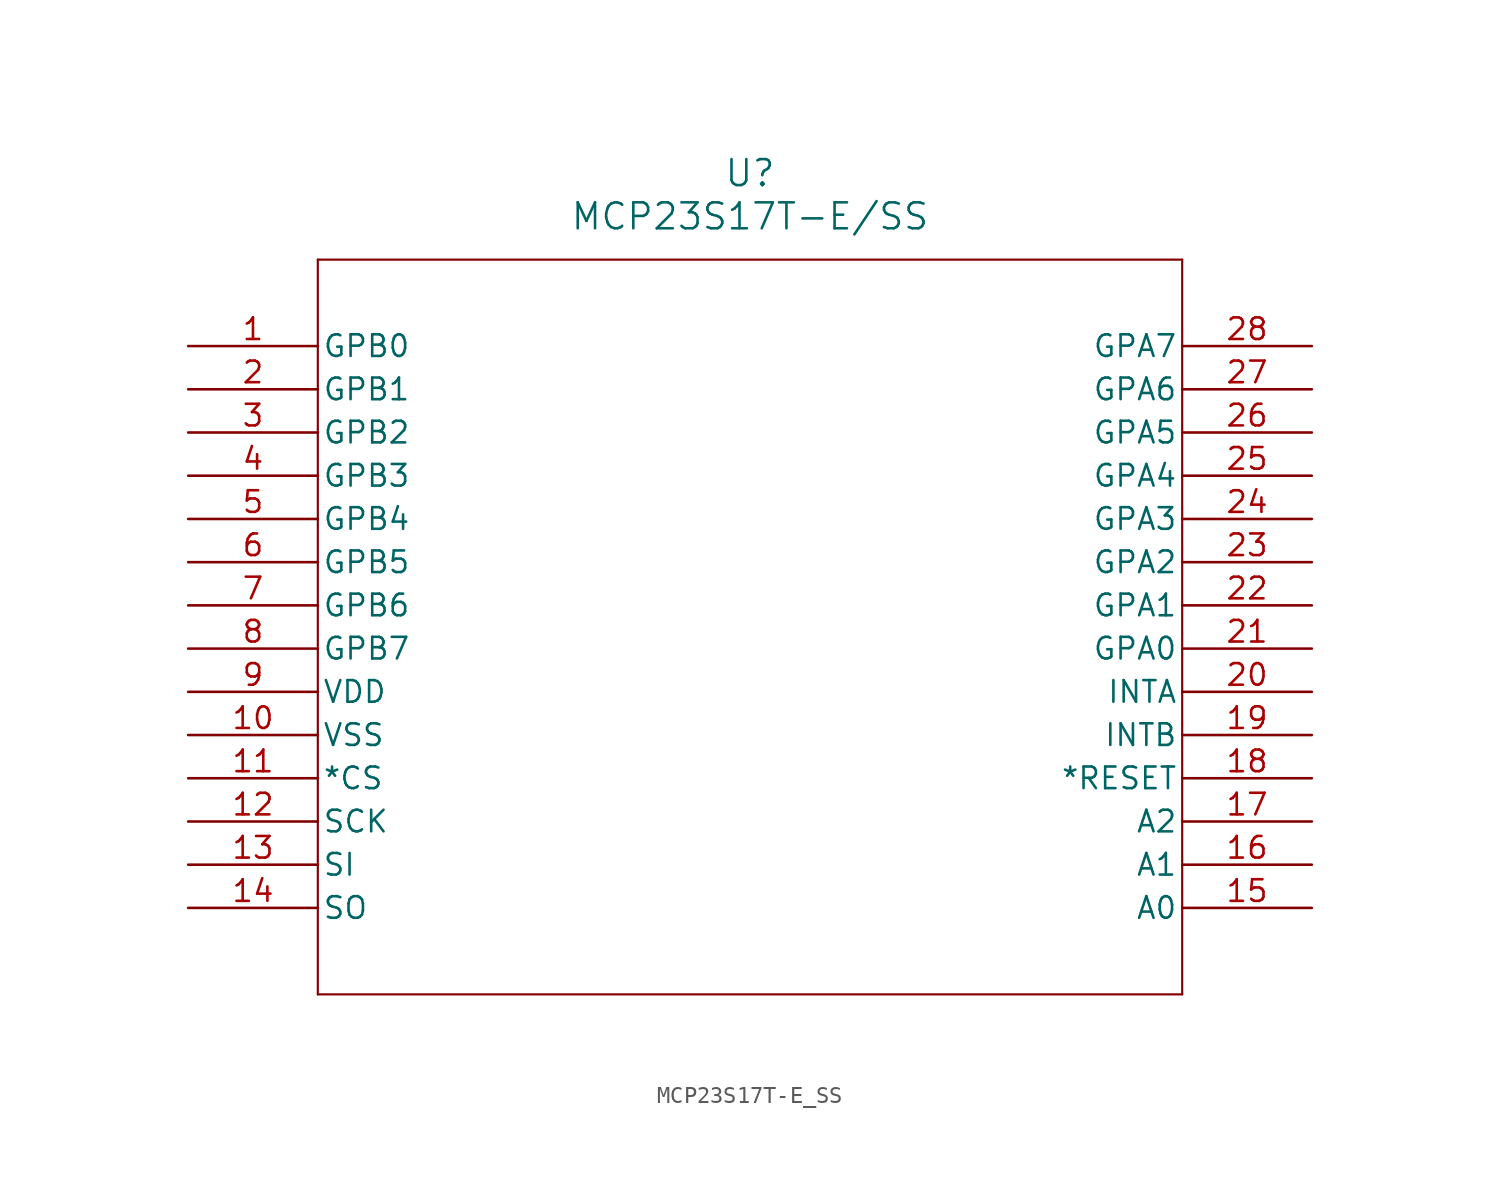
<source format=kicad_sym>
(kicad_symbol_lib
  (version 20211014)
  (generator kicad_symbol_editor)
  (symbol "MCP23S17T-E_SS"
    (pin_names
      (offset 0.254))
    (property "Reference" "U"
      (at 33.02 10.16 0)
      (effects (font (size 1.524 1.524))))
    (property "Value" "MCP23S17T-E/SS"
      (at 33.02 7.62 0)
      (effects (font (size 1.524 1.524))))
    (symbol "MCP23S17T-E_SS_0_1"
      (polyline (pts (xy 7.62 5.08) (xy 7.62 -38.1)) (stroke (width 0.127) (type default) (color 0 0 0 0)) (fill (type none)))
      (polyline (pts (xy 7.62 -38.1) (xy 58.42 -38.1)) (stroke (width 0.127) (type default) (color 0 0 0 0)) (fill (type none)))
      (polyline (pts (xy 58.42 -38.1) (xy 58.42 5.08)) (stroke (width 0.127) (type default) (color 0 0 0 0)) (fill (type none)))
      (polyline (pts (xy 58.42 5.08) (xy 7.62 5.08)) (stroke (width 0.127) (type default) (color 0 0 0 0)) (fill (type none)))
      (pin unspecified line (at 0 0 0) (length 7.62) (name "GPB0" (effects (font (size 1.27 1.27)))) (number "1" (effects (font (size 1.27 1.27)))))
      (pin unspecified line (at 0 -2.54 0) (length 7.62) (name "GPB1" (effects (font (size 1.27 1.27)))) (number "2" (effects (font (size 1.27 1.27)))))
      (pin unspecified line (at 0 -5.08 0) (length 7.62) (name "GPB2" (effects (font (size 1.27 1.27)))) (number "3" (effects (font (size 1.27 1.27)))))
      (pin unspecified line (at 0 -7.62 0) (length 7.62) (name "GPB3" (effects (font (size 1.27 1.27)))) (number "4" (effects (font (size 1.27 1.27)))))
      (pin unspecified line (at 0 -10.16 0) (length 7.62) (name "GPB4" (effects (font (size 1.27 1.27)))) (number "5" (effects (font (size 1.27 1.27)))))
      (pin unspecified line (at 0 -12.7 0) (length 7.62) (name "GPB5" (effects (font (size 1.27 1.27)))) (number "6" (effects (font (size 1.27 1.27)))))
      (pin unspecified line (at 0 -15.24 0) (length 7.62) (name "GPB6" (effects (font (size 1.27 1.27)))) (number "7" (effects (font (size 1.27 1.27)))))
      (pin unspecified line (at 0 -17.78 0) (length 7.62) (name "GPB7" (effects (font (size 1.27 1.27)))) (number "8" (effects (font (size 1.27 1.27)))))
      (pin unspecified line (at 0 -20.32 0) (length 7.62) (name "VDD" (effects (font (size 1.27 1.27)))) (number "9" (effects (font (size 1.27 1.27)))))
      (pin unspecified line (at 0 -22.86 0) (length 7.62) (name "VSS" (effects (font (size 1.27 1.27)))) (number "10" (effects (font (size 1.27 1.27)))))
      (pin unspecified line (at 0 -25.4 0) (length 7.62) (name "*CS" (effects (font (size 1.27 1.27)))) (number "11" (effects (font (size 1.27 1.27)))))
      (pin unspecified line (at 0 -27.94 0) (length 7.62) (name "SCK" (effects (font (size 1.27 1.27)))) (number "12" (effects (font (size 1.27 1.27)))))
      (pin unspecified line (at 0 -30.48 0) (length 7.62) (name "SI" (effects (font (size 1.27 1.27)))) (number "13" (effects (font (size 1.27 1.27)))))
      (pin unspecified line (at 0 -33.02 0) (length 7.62) (name "SO" (effects (font (size 1.27 1.27)))) (number "14" (effects (font (size 1.27 1.27)))))
      (pin unspecified line (at 66.04 -33.02 180) (length 7.62) (name "A0" (effects (font (size 1.27 1.27)))) (number "15" (effects (font (size 1.27 1.27)))))
      (pin unspecified line (at 66.04 -30.48 180) (length 7.62) (name "A1" (effects (font (size 1.27 1.27)))) (number "16" (effects (font (size 1.27 1.27)))))
      (pin unspecified line (at 66.04 -27.94 180) (length 7.62) (name "A2" (effects (font (size 1.27 1.27)))) (number "17" (effects (font (size 1.27 1.27)))))
      (pin unspecified line (at 66.04 -25.4 180) (length 7.62) (name "*RESET" (effects (font (size 1.27 1.27)))) (number "18" (effects (font (size 1.27 1.27)))))
      (pin unspecified line (at 66.04 -22.86 180) (length 7.62) (name "INTB" (effects (font (size 1.27 1.27)))) (number "19" (effects (font (size 1.27 1.27)))))
      (pin unspecified line (at 66.04 -20.32 180) (length 7.62) (name "INTA" (effects (font (size 1.27 1.27)))) (number "20" (effects (font (size 1.27 1.27)))))
      (pin unspecified line (at 66.04 -17.78 180) (length 7.62) (name "GPA0" (effects (font (size 1.27 1.27)))) (number "21" (effects (font (size 1.27 1.27)))))
      (pin unspecified line (at 66.04 -15.24 180) (length 7.62) (name "GPA1" (effects (font (size 1.27 1.27)))) (number "22" (effects (font (size 1.27 1.27)))))
      (pin unspecified line (at 66.04 -12.7 180) (length 7.62) (name "GPA2" (effects (font (size 1.27 1.27)))) (number "23" (effects (font (size 1.27 1.27)))))
      (pin unspecified line (at 66.04 -10.16 180) (length 7.62) (name "GPA3" (effects (font (size 1.27 1.27)))) (number "24" (effects (font (size 1.27 1.27)))))
      (pin unspecified line (at 66.04 -7.62 180) (length 7.62) (name "GPA4" (effects (font (size 1.27 1.27)))) (number "25" (effects (font (size 1.27 1.27)))))
      (pin unspecified line (at 66.04 -5.08 180) (length 7.62) (name "GPA5" (effects (font (size 1.27 1.27)))) (number "26" (effects (font (size 1.27 1.27)))))
      (pin unspecified line (at 66.04 -2.54 180) (length 7.62) (name "GPA6" (effects (font (size 1.27 1.27)))) (number "27" (effects (font (size 1.27 1.27)))))
      (pin unspecified line (at 66.04 0 180) (length 7.62) (name "GPA7" (effects (font (size 1.27 1.27)))) (number "28" (effects (font (size 1.27 1.27))))))))
</source>
